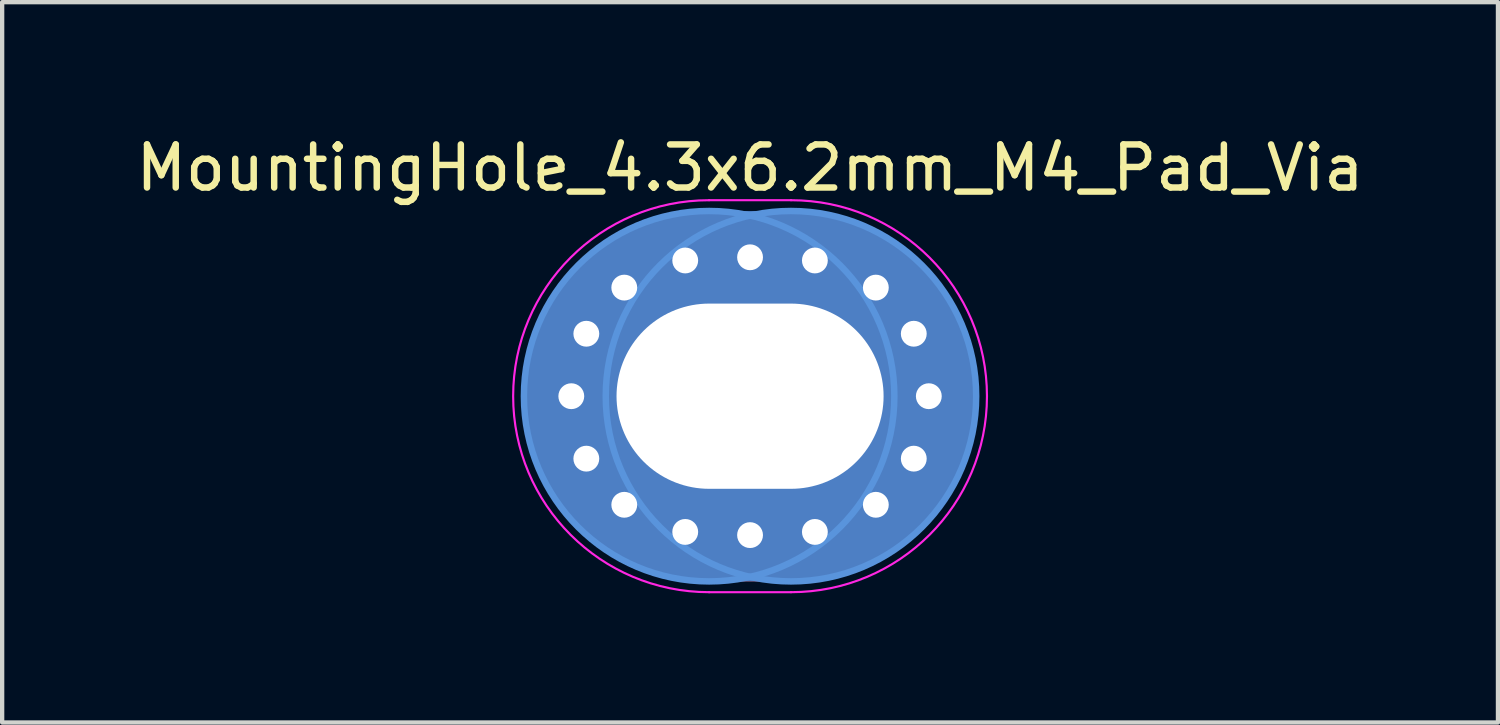
<source format=kicad_pcb>
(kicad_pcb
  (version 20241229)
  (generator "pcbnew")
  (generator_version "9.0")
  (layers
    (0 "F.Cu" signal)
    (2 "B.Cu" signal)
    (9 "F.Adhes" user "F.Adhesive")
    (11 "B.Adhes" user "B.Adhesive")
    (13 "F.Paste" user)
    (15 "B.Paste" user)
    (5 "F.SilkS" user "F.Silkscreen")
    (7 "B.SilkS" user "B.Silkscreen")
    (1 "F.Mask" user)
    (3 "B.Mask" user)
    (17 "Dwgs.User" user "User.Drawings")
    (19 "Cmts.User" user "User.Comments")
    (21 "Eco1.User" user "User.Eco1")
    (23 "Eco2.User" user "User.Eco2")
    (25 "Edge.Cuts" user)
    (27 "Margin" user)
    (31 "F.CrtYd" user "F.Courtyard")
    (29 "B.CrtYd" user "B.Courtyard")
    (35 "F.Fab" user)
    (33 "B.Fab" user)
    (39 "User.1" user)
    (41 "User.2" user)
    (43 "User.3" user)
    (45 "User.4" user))
  (footprint "MountingHole_4.3x6.2mm_M4_Pad_Via"
    (layer "F.Cu")
    (at 14.363 6.148)
    (property "Reference" "MountingHole_4.3x6.2mm_M4_Pad_Via" (at 0 -5.3 0) (layer "F.SilkS") (effects (font (size 1 1) (thickness 0.15))))
    (attr through_hole)
    (fp_circle (center -0.95 0) (end 3.35 0) (stroke (width 0.15) (type solid)) (fill no) (layer "Cmts.User"))
    (fp_circle (center 0.95 0) (end 5.25 0) (stroke (width 0.15) (type solid)) (fill no) (layer "Cmts.User"))
    (fp_line (start -0.95 -4.55) (end 0.95 -4.55) (stroke (width 0.05) (type solid)) (layer "F.CrtYd"))
    (fp_line (start 0.95 4.55) (end -0.95 4.55) (stroke (width 0.05) (type solid)) (layer "F.CrtYd"))
    (fp_arc (start -0.95 4.55) (mid -5.5 0) (end -0.95 -4.55) (stroke (width 0.05) (type solid)) (layer "F.CrtYd"))
    (fp_arc (start 0.95 -4.55) (mid 5.5 0) (end 0.95 4.55) (stroke (width 0.05) (type solid)) (layer "F.CrtYd"))
    (pad "" thru_hole circle (at -4.15 0) (size 0.7 0.7) (drill 0.6) (layers "*.Cu" "*.Mask"))
    (pad "" thru_hole circle (at -3.801 -1.45) (size 0.7 0.7) (drill 0.6) (layers "*.Cu" "*.Mask"))
    (pad "" thru_hole circle (at -3.801 1.45) (size 0.7 0.7) (drill 0.6) (layers "*.Cu" "*.Mask"))
    (pad "" thru_hole circle (at -2.92 -2.521) (size 0.7 0.7) (drill 0.6) (layers "*.Cu" "*.Mask"))
    (pad "" thru_hole circle (at -2.92 2.521) (size 0.7 0.7) (drill 0.6) (layers "*.Cu" "*.Mask"))
    (pad "" thru_hole circle (at -1.505 -3.151) (size 0.7 0.7) (drill 0.6) (layers "*.Cu" "*.Mask"))
    (pad "" thru_hole circle (at -1.505 3.151) (size 0.7 0.7) (drill 0.6) (layers "*.Cu" "*.Mask"))
    (pad "" thru_hole circle (at 0 -3.225) (size 0.7 0.7) (drill 0.6) (layers "*.Cu" "*.Mask"))
    (pad "" thru_hole circle (at 0 3.225) (size 0.7 0.7) (drill 0.6) (layers "*.Cu" "*.Mask"))
    (pad "" thru_hole circle (at 1.505 -3.151) (size 0.7 0.7) (drill 0.6) (layers "*.Cu" "*.Mask"))
    (pad "" thru_hole circle (at 1.505 3.151) (size 0.7 0.7) (drill 0.6) (layers "*.Cu" "*.Mask"))
    (pad "" thru_hole circle (at 2.92 -2.521) (size 0.7 0.7) (drill 0.6) (layers "*.Cu" "*.Mask"))
    (pad "" thru_hole circle (at 2.92 2.521) (size 0.7 0.7) (drill 0.6) (layers "*.Cu" "*.Mask"))
    (pad "" thru_hole circle (at 3.801 -1.45) (size 0.7 0.7) (drill 0.6) (layers "*.Cu" "*.Mask"))
    (pad "" thru_hole circle (at 3.801 1.45) (size 0.7 0.7) (drill 0.6) (layers "*.Cu" "*.Mask"))
    (pad "" thru_hole circle (at 4.15 0) (size 0.7 0.7) (drill 0.6) (layers "*.Cu" "*.Mask"))
    (pad "1" thru_hole oval (at 0 0) (size 10.4 8.6) (drill oval 6.2 4.3) (layers "*.Cu" "*.Mask")))
  (gr_rect
    (start -3 -3)
    (end 31.726 13.723)
    (stroke (width 0.1) (type default))
    (fill no)
    (layer "Edge.Cuts")))
</source>
